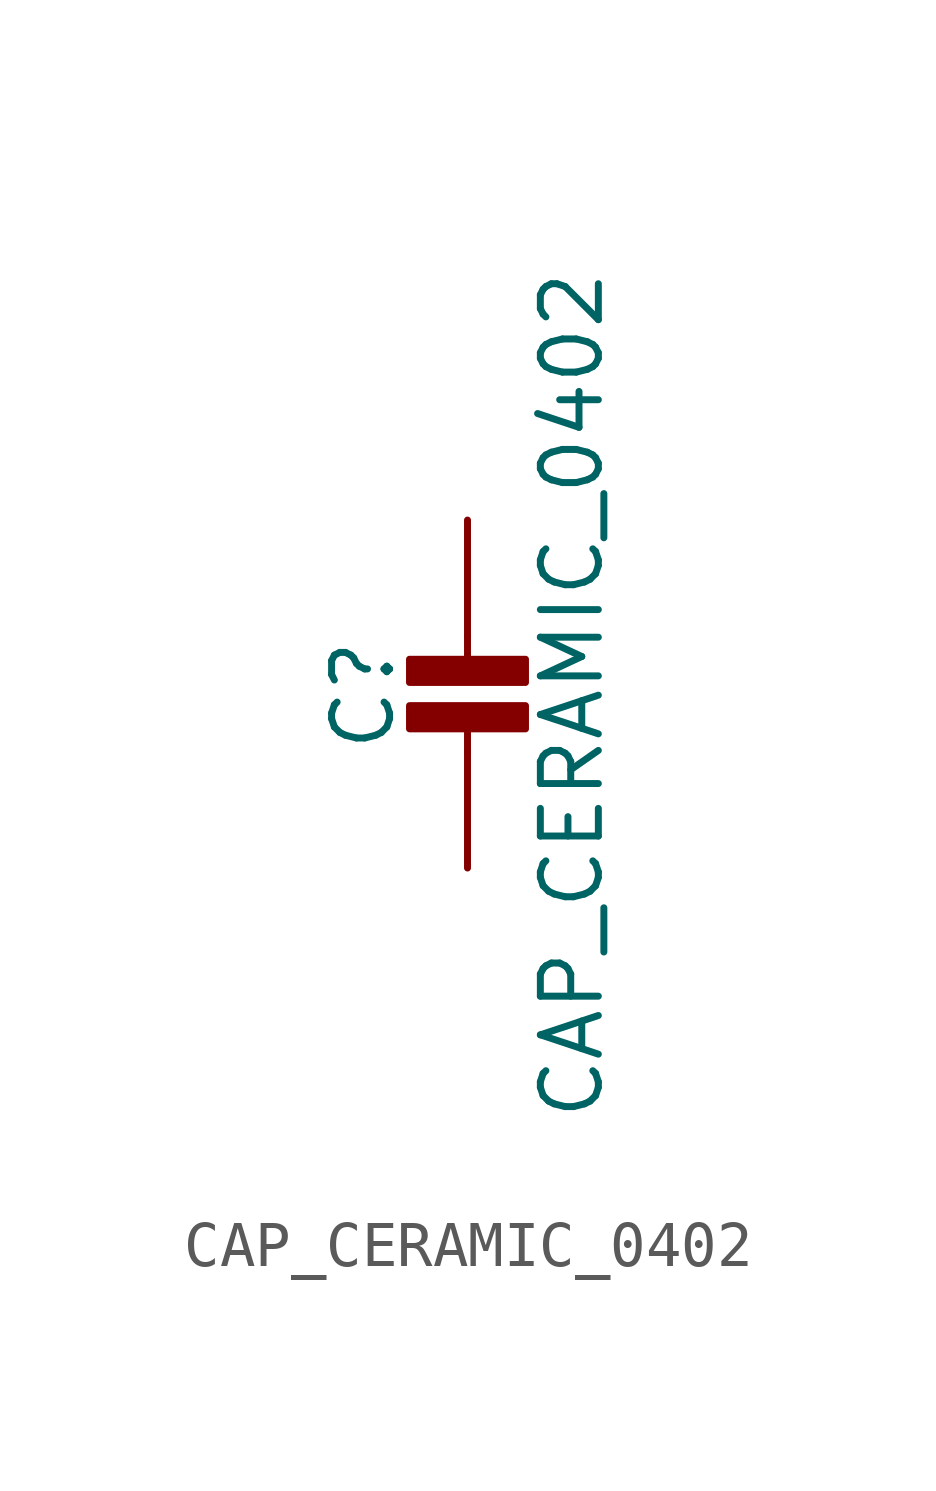
<source format=kicad_sym>
(kicad_symbol_lib
  (version 20211014)
  (generator kicad_symbol_editor)
  (symbol "CAP_CERAMIC_0402"
    (pin_names
      (offset 1.016))
    (property "Reference" "C"
      (at -2.286 1.245 90)
      (effects (font (size 1.27 1.27))))
    (property "Value" "CAP_CERAMIC_0402"
      (at 2.286 1.245 90)
      (effects (font (size 1.27 1.27))))
    (property "ki_locked" ""
      (at 0 0 0)
      (effects (font (size 1.27 1.27))))
    (symbol "CAP_CERAMIC_0402_1_0"
      (rectangle (start -1.27 0.508) (end 1.27 1.016) (stroke (width 0) (type default) (color 0 0 0 0)) (fill (type outline)))
      (rectangle (start -1.27 1.524) (end 1.27 2.032) (stroke (width 0) (type default) (color 0 0 0 0)) (fill (type outline)))
      (polyline (pts (xy 0 0.762) (xy 0 0)) (stroke (width 0) (type default) (color 0 0 0 0)) (fill (type none)))
      (polyline (pts (xy 0 2.54) (xy 0 1.778)) (stroke (width 0) (type default) (color 0 0 0 0)) (fill (type none)))
      (pin passive line (at 0 5.08 270) (length 2.54) (name "1" (effects (font (size 0 0)))) (number "1" (effects (font (size 0 0)))))
      (pin passive line (at 0 -2.54 90) (length 2.54) (name "2" (effects (font (size 0 0)))) (number "2" (effects (font (size 0 0))))))))
</source>
